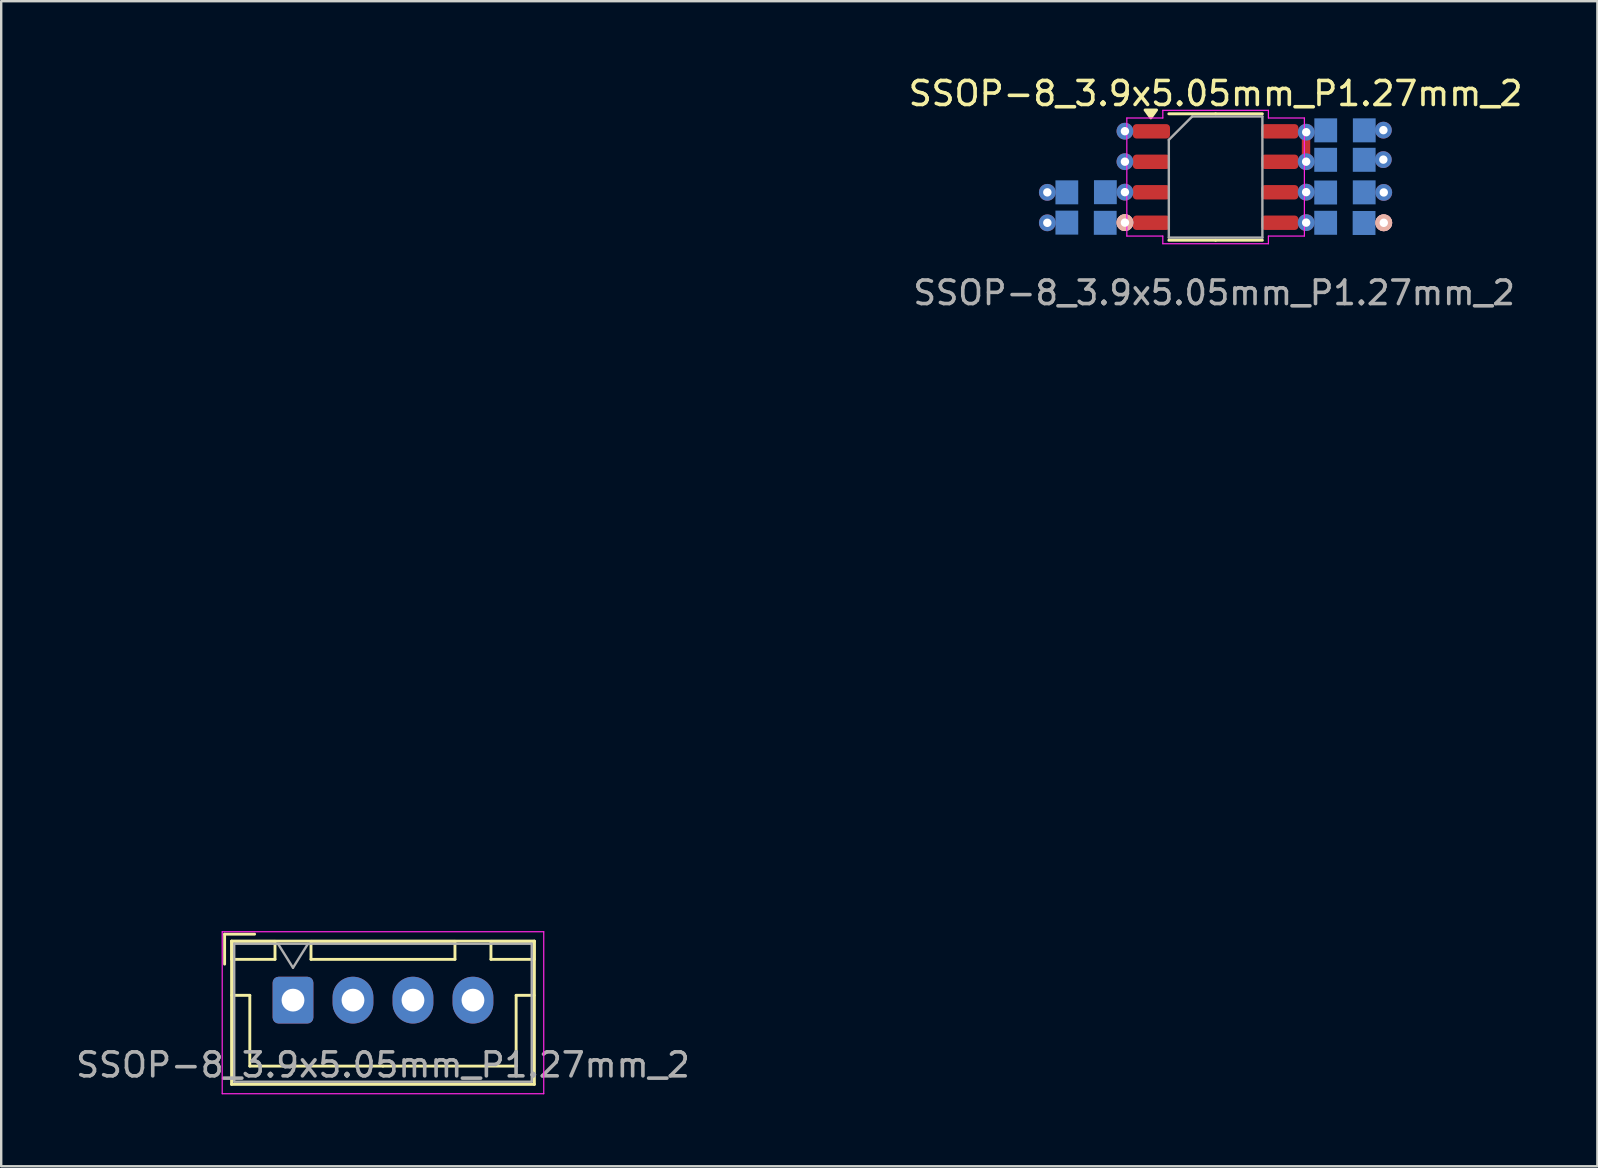
<source format=kicad_pcb>
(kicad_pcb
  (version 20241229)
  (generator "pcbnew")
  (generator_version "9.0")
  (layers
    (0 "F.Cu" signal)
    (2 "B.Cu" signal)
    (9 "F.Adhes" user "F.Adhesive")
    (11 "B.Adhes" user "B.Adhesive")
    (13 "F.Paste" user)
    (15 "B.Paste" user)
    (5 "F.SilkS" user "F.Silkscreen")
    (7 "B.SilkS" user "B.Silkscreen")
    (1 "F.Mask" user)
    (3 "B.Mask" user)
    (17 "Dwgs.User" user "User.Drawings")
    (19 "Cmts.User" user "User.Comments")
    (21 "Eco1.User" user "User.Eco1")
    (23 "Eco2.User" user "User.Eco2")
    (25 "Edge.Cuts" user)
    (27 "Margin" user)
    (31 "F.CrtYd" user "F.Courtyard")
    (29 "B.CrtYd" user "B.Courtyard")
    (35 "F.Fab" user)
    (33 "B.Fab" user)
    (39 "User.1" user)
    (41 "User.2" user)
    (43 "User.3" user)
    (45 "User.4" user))
  (footprint "SSOP-8_3.9x5.05mm_P1.27mm_2"
    (layer "F.Cu")
    (at 47.612 4.328)
    (property "Reference" "SSOP-8_3.9x5.05mm_P1.27mm_2" (at 0 -3.48 0) (layer "F.SilkS") (effects (font (size 1 1) (thickness 0.15))))
    (attr smd through_hole)
    (fp_line (start -41.301 31.554) (end -41.301 32.804) (stroke (width 0.12) (type solid)) (layer "F.SilkS"))
    (fp_line (start -41.011 31.844) (end -41.011 37.814) (stroke (width 0.12) (type solid)) (layer "F.SilkS"))
    (fp_line (start -41.011 37.814) (end -28.391 37.814) (stroke (width 0.12) (type solid)) (layer "F.SilkS"))
    (fp_line (start -41.001 31.854) (end -41.001 32.604) (stroke (width 0.12) (type solid)) (layer "F.SilkS"))
    (fp_line (start -41.001 32.604) (end -39.201 32.604) (stroke (width 0.12) (type solid)) (layer "F.SilkS"))
    (fp_line (start -41.001 34.104) (end -40.251 34.104) (stroke (width 0.12) (type solid)) (layer "F.SilkS"))
    (fp_line (start -40.251 34.104) (end -40.251 37.054) (stroke (width 0.12) (type solid)) (layer "F.SilkS"))
    (fp_line (start -40.251 37.054) (end -34.701 37.054) (stroke (width 0.12) (type solid)) (layer "F.SilkS"))
    (fp_line (start -40.051 31.554) (end -41.301 31.554) (stroke (width 0.12) (type solid)) (layer "F.SilkS"))
    (fp_line (start -39.201 31.854) (end -41.001 31.854) (stroke (width 0.12) (type solid)) (layer "F.SilkS"))
    (fp_line (start -39.201 32.604) (end -39.201 31.854) (stroke (width 0.12) (type solid)) (layer "F.SilkS"))
    (fp_line (start -37.701 31.854) (end -37.701 32.604) (stroke (width 0.12) (type solid)) (layer "F.SilkS"))
    (fp_line (start -37.701 32.604) (end -31.701 32.604) (stroke (width 0.12) (type solid)) (layer "F.SilkS"))
    (fp_line (start -31.701 31.854) (end -37.701 31.854) (stroke (width 0.12) (type solid)) (layer "F.SilkS"))
    (fp_line (start -31.701 32.604) (end -31.701 31.854) (stroke (width 0.12) (type solid)) (layer "F.SilkS"))
    (fp_line (start -30.201 31.854) (end -30.201 32.604) (stroke (width 0.12) (type solid)) (layer "F.SilkS"))
    (fp_line (start -30.201 32.604) (end -28.401 32.604) (stroke (width 0.12) (type solid)) (layer "F.SilkS"))
    (fp_line (start -29.151 34.104) (end -29.151 37.054) (stroke (width 0.12) (type solid)) (layer "F.SilkS"))
    (fp_line (start -29.151 37.054) (end -34.701 37.054) (stroke (width 0.12) (type solid)) (layer "F.SilkS"))
    (fp_line (start -28.401 31.854) (end -30.201 31.854) (stroke (width 0.12) (type solid)) (layer "F.SilkS"))
    (fp_line (start -28.401 32.604) (end -28.401 31.854) (stroke (width 0.12) (type solid)) (layer "F.SilkS"))
    (fp_line (start -28.401 34.104) (end -29.151 34.104) (stroke (width 0.12) (type solid)) (layer "F.SilkS"))
    (fp_line (start -28.391 31.844) (end -41.011 31.844) (stroke (width 0.12) (type solid)) (layer "F.SilkS"))
    (fp_line (start -28.391 37.814) (end -28.391 31.844) (stroke (width 0.12) (type solid)) (layer "F.SilkS"))
    (fp_line (start 0 -2.635) (end -1.95 -2.635) (stroke (width 0.12) (type solid)) (layer "F.SilkS"))
    (fp_line (start 0 -2.635) (end 1.95 -2.635) (stroke (width 0.12) (type solid)) (layer "F.SilkS"))
    (fp_line (start 0 2.635) (end -1.95 2.635) (stroke (width 0.12) (type solid)) (layer "F.SilkS"))
    (fp_line (start 0 2.635) (end 1.95 2.635) (stroke (width 0.12) (type solid)) (layer "F.SilkS"))
    (fp_poly (pts (xy -2.7 -2.465) (xy -2.94 -2.795) (xy -2.46 -2.795)) (stroke (width 0.12) (type solid)) (fill yes) (layer "F.SilkS"))
    (fp_line (start -41.401 31.454) (end -41.401 38.204) (stroke (width 0.05) (type solid)) (layer "F.CrtYd"))
    (fp_line (start -41.401 38.204) (end -28.001 38.204) (stroke (width 0.05) (type solid)) (layer "F.CrtYd"))
    (fp_line (start -28.001 31.454) (end -41.401 31.454) (stroke (width 0.05) (type solid)) (layer "F.CrtYd"))
    (fp_line (start -28.001 38.204) (end -28.001 31.454) (stroke (width 0.05) (type solid)) (layer "F.CrtYd"))
    (fp_line (start -3.7 -2.46) (end -2.2 -2.46) (stroke (width 0.05) (type solid)) (layer "F.CrtYd"))
    (fp_line (start -3.7 2.46) (end -3.7 -2.46) (stroke (width 0.05) (type solid)) (layer "F.CrtYd"))
    (fp_line (start -2.2 -2.78) (end 2.2 -2.78) (stroke (width 0.05) (type solid)) (layer "F.CrtYd"))
    (fp_line (start -2.2 -2.46) (end -2.2 -2.78) (stroke (width 0.05) (type solid)) (layer "F.CrtYd"))
    (fp_line (start -2.2 2.46) (end -3.7 2.46) (stroke (width 0.05) (type solid)) (layer "F.CrtYd"))
    (fp_line (start -2.2 2.78) (end -2.2 2.46) (stroke (width 0.05) (type solid)) (layer "F.CrtYd"))
    (fp_line (start 2.2 -2.78) (end 2.2 -2.46) (stroke (width 0.05) (type solid)) (layer "F.CrtYd"))
    (fp_line (start 2.2 -2.46) (end 3.7 -2.46) (stroke (width 0.05) (type solid)) (layer "F.CrtYd"))
    (fp_line (start 2.2 2.46) (end 2.2 2.78) (stroke (width 0.05) (type solid)) (layer "F.CrtYd"))
    (fp_line (start 2.2 2.78) (end -2.2 2.78) (stroke (width 0.05) (type solid)) (layer "F.CrtYd"))
    (fp_line (start 3.7 -2.46) (end 3.7 2.46) (stroke (width 0.05) (type solid)) (layer "F.CrtYd"))
    (fp_line (start 3.7 2.46) (end 2.2 2.46) (stroke (width 0.05) (type solid)) (layer "F.CrtYd"))
    (fp_line (start -40.901 31.954) (end -40.901 37.704) (stroke (width 0.1) (type solid)) (layer "F.Fab"))
    (fp_line (start -40.901 37.704) (end -28.501 37.704) (stroke (width 0.1) (type solid)) (layer "F.Fab"))
    (fp_line (start -39.076 31.954) (end -38.451 32.954) (stroke (width 0.1) (type solid)) (layer "F.Fab"))
    (fp_line (start -38.451 32.954) (end -37.826 31.954) (stroke (width 0.1) (type solid)) (layer "F.Fab"))
    (fp_line (start -28.501 31.954) (end -40.901 31.954) (stroke (width 0.1) (type solid)) (layer "F.Fab"))
    (fp_line (start -28.501 37.704) (end -28.501 31.954) (stroke (width 0.1) (type solid)) (layer "F.Fab"))
    (fp_line (start -1.95 -1.55) (end -0.975 -2.525) (stroke (width 0.1) (type solid)) (layer "F.Fab"))
    (fp_line (start -1.95 2.525) (end -1.95 -1.55) (stroke (width 0.1) (type solid)) (layer "F.Fab"))
    (fp_line (start -0.975 -2.525) (end 1.95 -2.525) (stroke (width 0.1) (type solid)) (layer "F.Fab"))
    (fp_line (start 1.95 -2.525) (end 1.95 2.525) (stroke (width 0.1) (type solid)) (layer "F.Fab"))
    (fp_line (start 1.95 2.525) (end -1.95 2.525) (stroke (width 0.1) (type solid)) (layer "F.Fab"))
    (fp_text user "${REFERENCE}" (at -34.701 37.004 0) (layer "F.Fab") (effects (font (size 1 1) (thickness 0.15))))
    (fp_text user "${REFERENCE}" (at -0.06 4.827 0) (layer "F.Fab") (effects (font (size 0.98 0.98) (thickness 0.15))))
    (pad "1" thru_hole roundrect (at -38.451 34.304) (size 1.7 1.95) (drill 0.95) (layers "*.Cu" "*.Mask") (roundrect_rratio 0.147))
    (pad "1" thru_hole circle (at -3.779 -1.91) (size 0.7 0.7) (drill 0.35) (layers "*.Cu" "*.Mask"))
    (pad "1" smd roundrect (at -2.675 -1.905) (size 1.55 0.6) (layers "F.Cu" "F.Mask" "F.Paste") (roundrect_rratio 0.25))
    (pad "2" thru_hole oval (at -35.951 34.304) (size 1.7 1.95) (drill 0.95) (layers "*.Cu" "*.Mask"))
    (pad "2" thru_hole circle (at -3.779 -0.64) (size 0.7 0.7) (drill 0.35) (layers "*.Cu" "*.Mask"))
    (pad "2" smd roundrect (at -2.675 -0.635) (size 1.55 0.6) (layers "F.Cu" "F.Mask" "F.Paste") (roundrect_rratio 0.25))
    (pad "3" thru_hole oval (at -33.451 34.304) (size 1.7 1.95) (drill 0.95) (layers "*.Cu" "*.Mask"))
    (pad "3" smd rect (at -4.594 0.632) (size 0.95 1) (layers "B.Cu" "B.Mask"))
    (pad "3" thru_hole circle (at -3.779 0.63) (size 0.7 0.7) (drill 0.35) (layers "*.Cu" "*.Mask"))
    (pad "3" smd roundrect (at -2.675 0.635) (size 1.55 0.6) (layers "F.Cu" "F.Mask" "F.Paste") (roundrect_rratio 0.25))
    (pad "4" thru_hole oval (at -30.951 34.304) (size 1.7 1.95) (drill 0.95) (layers "*.Cu" "*.Mask"))
    (pad "4" smd rect (at -4.6 1.908) (size 0.95 1) (layers "B.Cu" "B.Mask"))
    (pad "4" thru_hole circle (at -3.779 1.9) (size 0.7 0.7) (drill 0.35) (layers "*.Cu" "*.Adhes" "*.Paste" "*.SilkS" "*.Mask"))
    (pad "4" smd roundrect (at -2.675 1.905) (size 1.55 0.6) (layers "F.Cu" "F.Mask" "F.Paste") (roundrect_rratio 0.25))
    (pad "5" smd roundrect (at 2.675 1.905) (size 1.55 0.6) (layers "F.Cu" "F.Mask" "F.Paste") (roundrect_rratio 0.25))
    (pad "5" thru_hole circle (at 3.774 1.9) (size 0.7 0.7) (drill 0.35) (layers "*.Cu" "*.Mask"))
    (pad "5" smd rect (at 4.587 1.907) (size 0.95 1) (layers "B.Cu" "B.Mask"))
    (pad "6" smd roundrect (at 2.675 0.635) (size 1.55 0.6) (layers "F.Cu" "F.Mask" "F.Paste") (roundrect_rratio 0.25))
    (pad "6" thru_hole circle (at 3.774 0.63) (size 0.7 0.7) (drill 0.35) (layers "*.Cu" "*.Mask"))
    (pad "6" smd rect (at 4.587 0.645) (size 0.95 1) (layers "B.Cu" "B.Mask"))
    (pad "7" smd roundrect (at 2.675 -0.635) (size 1.55 0.6) (layers "F.Cu" "F.Mask" "F.Paste") (roundrect_rratio 0.25))
    (pad "7" thru_hole circle (at 3.774 -0.64) (size 0.7 0.7) (drill 0.35) (layers "*.Cu" "*.Mask"))
    (pad "7" smd rect (at 4.587 -0.718) (size 0.95 1) (layers "B.Cu" "B.Mask"))
    (pad "8" smd roundrect (at 2.675 -1.905) (size 1.55 0.6) (layers "F.Cu" "F.Mask" "F.Paste") (roundrect_rratio 0.25))
    (pad "8" thru_hole circle (at 3.777 -1.868) (size 0.7 0.7) (drill 0.35) (layers "*.Cu" "*.Mask"))
    (pad "8" smd rect (at 4.59 -1.946) (size 0.95 1) (layers "B.Cu" "B.Mask"))
    (pad "9" thru_hole circle (at -7.013 0.638) (size 0.7 0.7) (drill 0.35) (layers "*.Cu" "*.Mask"))
    (pad "9" smd rect (at -6.2 0.638) (size 0.95 1) (layers "B.Cu" "B.Mask"))
    (pad "10" thru_hole circle (at -7.013 1.908) (size 0.7 0.7) (drill 0.35) (layers "*.Cu" "*.Mask"))
    (pad "10" smd rect (at -6.2 1.9) (size 0.95 1) (layers "B.Cu" "B.Mask"))
    (pad "11" smd rect (at 6.187 1.915) (size 0.95 1) (layers "B.Cu" "B.Mask"))
    (pad "11" thru_hole circle (at 7.008 1.907) (size 0.7 0.7) (drill 0.35) (layers "*.Cu" "*.Adhes" "*.Paste" "*.SilkS" "*.Mask"))
    (pad "12" smd rect (at 6.193 0.639) (size 0.95 1) (layers "B.Cu" "B.Mask"))
    (pad "12" thru_hole circle (at 7.008 0.642) (size 0.7 0.7) (drill 0.35) (layers "*.Cu" "*.Mask"))
    (pad "13" smd rect (at 6.193 -0.718) (size 0.95 1) (layers "B.Cu" "B.Mask"))
    (pad "13" thru_hole circle (at 6.99 -0.726) (size 0.7 0.7) (drill 0.35) (layers "*.Cu" "*.Mask"))
    (pad "14" smd rect (at 6.196 -1.946) (size 0.95 1) (layers "B.Cu" "B.Mask"))
    (pad "14" thru_hole circle (at 6.993 -1.954) (size 0.7 0.7) (drill 0.35) (layers "*.Cu" "*.Mask"))
    (pad "15" smd roundrect (at 3.768 -1.253) (size 0.35 0.875) (layers "F.Cu" "F.Mask" "F.Paste") (roundrect_rratio 0.25)))
  (gr_rect
    (start -3 -3)
    (end 63.523 45.557)
    (stroke (width 0.1) (type default))
    (fill no)
    (layer "Edge.Cuts")))
</source>
